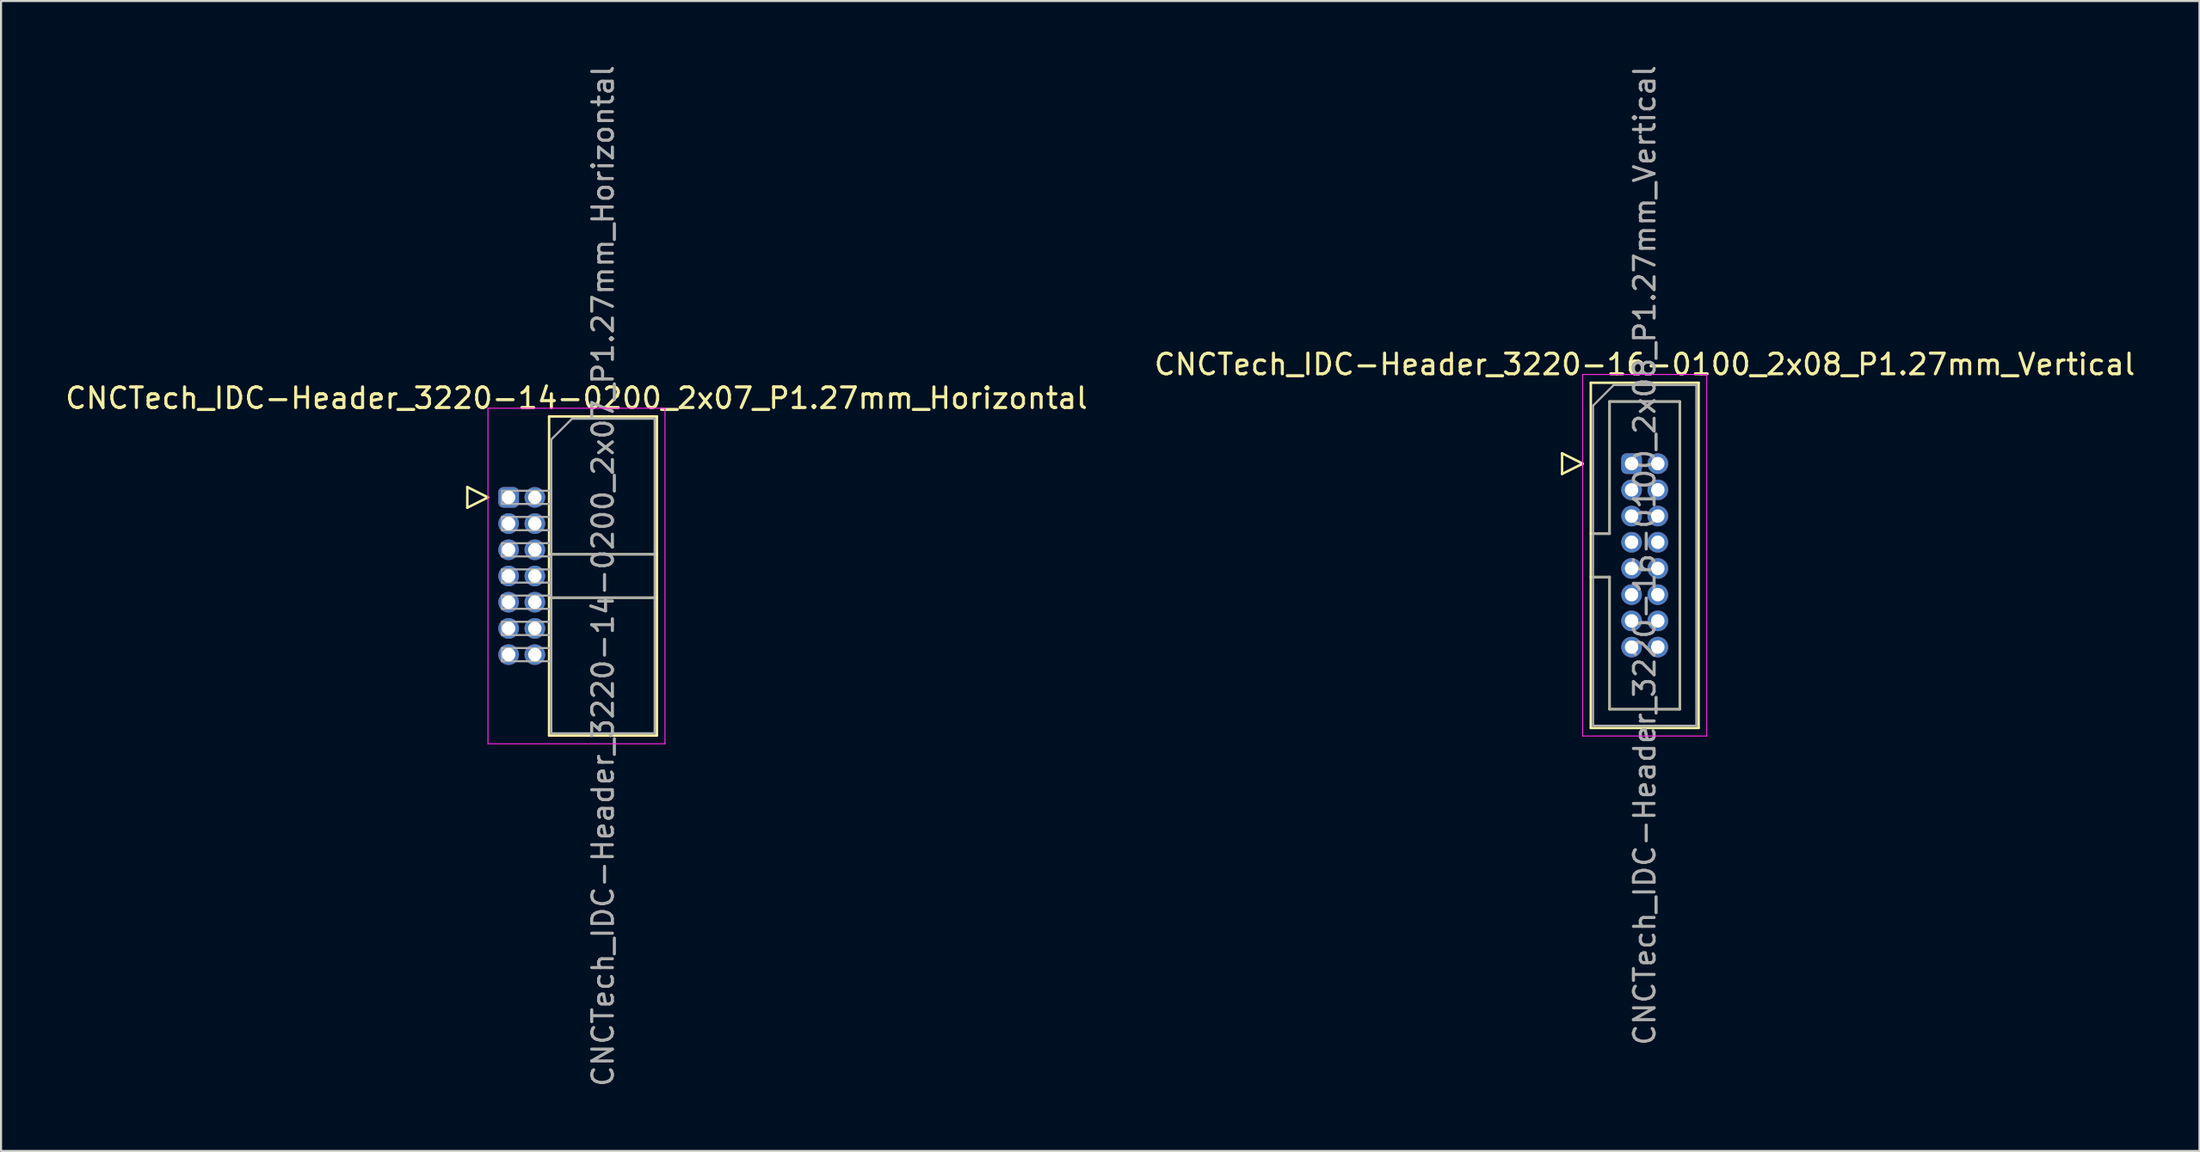
<source format=kicad_pcb>
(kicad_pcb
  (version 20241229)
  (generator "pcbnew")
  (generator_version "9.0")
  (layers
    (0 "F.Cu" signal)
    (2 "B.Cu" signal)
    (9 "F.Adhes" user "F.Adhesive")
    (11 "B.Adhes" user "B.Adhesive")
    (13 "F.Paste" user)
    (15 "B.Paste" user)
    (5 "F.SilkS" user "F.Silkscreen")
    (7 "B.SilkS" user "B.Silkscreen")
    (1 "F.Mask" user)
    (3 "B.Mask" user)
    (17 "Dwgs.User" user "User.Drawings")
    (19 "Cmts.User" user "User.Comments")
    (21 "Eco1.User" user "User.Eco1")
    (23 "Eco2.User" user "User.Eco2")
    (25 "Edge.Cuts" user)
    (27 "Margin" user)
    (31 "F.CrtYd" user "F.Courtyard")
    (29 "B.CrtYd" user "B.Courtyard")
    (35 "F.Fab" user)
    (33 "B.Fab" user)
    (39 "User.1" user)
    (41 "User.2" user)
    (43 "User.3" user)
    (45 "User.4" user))
  (footprint "CNCTech_IDC-Header_3220-16-0100_2x08_P1.27mm_Vertical"
    (layer "F.Cu")
    (at 75.954 19.418)
    (property "Reference" "CNCTech_IDC-Header_3220-16-0100_2x08_P1.27mm_Vertical" (at 0.635 -4.81 0) (layer "F.SilkS") (effects (font (size 1 1) (thickness 0.15))))
    (attr through_hole)
    (fp_line (start -3.365 -0.5) (end -3.365 0.5) (stroke (width 0.12) (type solid)) (layer "F.SilkS"))
    (fp_line (start -3.365 0.5) (end -2.365 0) (stroke (width 0.12) (type solid)) (layer "F.SilkS"))
    (fp_line (start -2.365 0) (end -3.365 -0.5) (stroke (width 0.12) (type solid)) (layer "F.SilkS"))
    (fp_line (start -1.975 -3.92) (end 3.245 -3.92) (stroke (width 0.12) (type solid)) (layer "F.SilkS"))
    (fp_line (start -1.975 3.395) (end -1.065 3.395) (stroke (width 0.12) (type solid)) (layer "F.SilkS"))
    (fp_line (start -1.975 12.81) (end -1.975 -3.92) (stroke (width 0.12) (type solid)) (layer "F.SilkS"))
    (fp_line (start -1.065 -3.01) (end 2.335 -3.01) (stroke (width 0.12) (type solid)) (layer "F.SilkS"))
    (fp_line (start -1.065 3.395) (end -1.065 -3.01) (stroke (width 0.12) (type solid)) (layer "F.SilkS"))
    (fp_line (start -1.065 5.495) (end -1.975 5.495) (stroke (width 0.12) (type solid)) (layer "F.SilkS"))
    (fp_line (start -1.065 5.495) (end -1.065 5.495) (stroke (width 0.12) (type solid)) (layer "F.SilkS"))
    (fp_line (start -1.065 11.9) (end -1.065 5.495) (stroke (width 0.12) (type solid)) (layer "F.SilkS"))
    (fp_line (start 2.335 -3.01) (end 2.335 11.9) (stroke (width 0.12) (type solid)) (layer "F.SilkS"))
    (fp_line (start 2.335 11.9) (end -1.065 11.9) (stroke (width 0.12) (type solid)) (layer "F.SilkS"))
    (fp_line (start 3.245 -3.92) (end 3.245 12.81) (stroke (width 0.12) (type solid)) (layer "F.SilkS"))
    (fp_line (start 3.245 12.81) (end -1.975 12.81) (stroke (width 0.12) (type solid)) (layer "F.SilkS"))
    (fp_line (start -2.37 -4.32) (end -2.37 13.2) (stroke (width 0.05) (type solid)) (layer "F.CrtYd"))
    (fp_line (start -2.37 13.2) (end 3.64 13.2) (stroke (width 0.05) (type solid)) (layer "F.CrtYd"))
    (fp_line (start 3.64 -4.32) (end -2.37 -4.32) (stroke (width 0.05) (type solid)) (layer "F.CrtYd"))
    (fp_line (start 3.64 13.2) (end 3.64 -4.32) (stroke (width 0.05) (type solid)) (layer "F.CrtYd"))
    (fp_line (start -1.865 -2.81) (end -0.865 -3.81) (stroke (width 0.1) (type solid)) (layer "F.Fab"))
    (fp_line (start -1.865 3.395) (end -1.065 3.395) (stroke (width 0.1) (type solid)) (layer "F.Fab"))
    (fp_line (start -1.865 12.7) (end -1.865 -2.81) (stroke (width 0.1) (type solid)) (layer "F.Fab"))
    (fp_line (start -1.065 -3.01) (end 2.335 -3.01) (stroke (width 0.1) (type solid)) (layer "F.Fab"))
    (fp_line (start -1.065 3.395) (end -1.065 -3.01) (stroke (width 0.1) (type solid)) (layer "F.Fab"))
    (fp_line (start -1.065 5.495) (end -1.865 5.495) (stroke (width 0.1) (type solid)) (layer "F.Fab"))
    (fp_line (start -1.065 5.495) (end -1.065 5.495) (stroke (width 0.1) (type solid)) (layer "F.Fab"))
    (fp_line (start -1.065 11.9) (end -1.065 5.495) (stroke (width 0.1) (type solid)) (layer "F.Fab"))
    (fp_line (start -0.865 -3.81) (end 3.135 -3.81) (stroke (width 0.1) (type solid)) (layer "F.Fab"))
    (fp_line (start 2.335 -3.01) (end 2.335 11.9) (stroke (width 0.1) (type solid)) (layer "F.Fab"))
    (fp_line (start 2.335 11.9) (end -1.065 11.9) (stroke (width 0.1) (type solid)) (layer "F.Fab"))
    (fp_line (start 3.135 -3.81) (end 3.135 12.7) (stroke (width 0.1) (type solid)) (layer "F.Fab"))
    (fp_line (start 3.135 12.7) (end -1.865 12.7) (stroke (width 0.1) (type solid)) (layer "F.Fab"))
    (fp_text user "${REFERENCE}" (at 0.635 4.445 90) (layer "F.Fab") (effects (font (size 1 1) (thickness 0.15))))
    (pad "1" thru_hole roundrect (at 0 0) (size 1 1) (drill 0.65) (layers "*.Cu" "*.Mask") (roundrect_rratio 0.25))
    (pad "2" thru_hole circle (at 1.27 0) (size 1 1) (drill 0.65) (layers "*.Cu" "*.Mask"))
    (pad "3" thru_hole circle (at 0 1.27) (size 1 1) (drill 0.65) (layers "*.Cu" "*.Mask"))
    (pad "4" thru_hole circle (at 1.27 1.27) (size 1 1) (drill 0.65) (layers "*.Cu" "*.Mask"))
    (pad "5" thru_hole circle (at 0 2.54) (size 1 1) (drill 0.65) (layers "*.Cu" "*.Mask"))
    (pad "6" thru_hole circle (at 1.27 2.54) (size 1 1) (drill 0.65) (layers "*.Cu" "*.Mask"))
    (pad "7" thru_hole circle (at 0 3.81) (size 1 1) (drill 0.65) (layers "*.Cu" "*.Mask"))
    (pad "8" thru_hole circle (at 1.27 3.81) (size 1 1) (drill 0.65) (layers "*.Cu" "*.Mask"))
    (pad "9" thru_hole circle (at 0 5.08) (size 1 1) (drill 0.65) (layers "*.Cu" "*.Mask"))
    (pad "10" thru_hole circle (at 1.27 5.08) (size 1 1) (drill 0.65) (layers "*.Cu" "*.Mask"))
    (pad "11" thru_hole circle (at 0 6.35) (size 1 1) (drill 0.65) (layers "*.Cu" "*.Mask"))
    (pad "12" thru_hole circle (at 1.27 6.35) (size 1 1) (drill 0.65) (layers "*.Cu" "*.Mask"))
    (pad "13" thru_hole circle (at 0 7.62) (size 1 1) (drill 0.65) (layers "*.Cu" "*.Mask"))
    (pad "14" thru_hole circle (at 1.27 7.62) (size 1 1) (drill 0.65) (layers "*.Cu" "*.Mask"))
    (pad "15" thru_hole circle (at 0 8.89) (size 1 1) (drill 0.65) (layers "*.Cu" "*.Mask"))
    (pad "16" thru_hole circle (at 1.27 8.89) (size 1 1) (drill 0.65) (layers "*.Cu" "*.Mask")))
  (footprint "CNCTech_IDC-Header_3220-14-0200_2x07_P1.27mm_Horizontal"
    (layer "F.Cu")
    (at 21.578 21.053)
    (property "Reference" "CNCTech_IDC-Header_3220-14-0200_2x07_P1.27mm_Horizontal" (at 3.285 -4.81 0) (layer "F.SilkS") (effects (font (size 1 1) (thickness 0.15))))
    (attr through_hole)
    (fp_line (start -2 -0.5) (end -2 0.5) (stroke (width 0.12) (type solid)) (layer "F.SilkS"))
    (fp_line (start -2 0.5) (end -1 0) (stroke (width 0.12) (type solid)) (layer "F.SilkS"))
    (fp_line (start -1 0) (end -2 -0.5) (stroke (width 0.12) (type solid)) (layer "F.SilkS"))
    (fp_line (start 1.96 -3.92) (end 7.18 -3.92) (stroke (width 0.12) (type solid)) (layer "F.SilkS"))
    (fp_line (start 1.96 2.76) (end 7.18 2.76) (stroke (width 0.12) (type solid)) (layer "F.SilkS"))
    (fp_line (start 1.96 4.86) (end 7.18 4.86) (stroke (width 0.12) (type solid)) (layer "F.SilkS"))
    (fp_line (start 1.96 11.54) (end 1.96 -3.92) (stroke (width 0.12) (type solid)) (layer "F.SilkS"))
    (fp_line (start 7.18 -3.92) (end 7.18 11.54) (stroke (width 0.12) (type solid)) (layer "F.SilkS"))
    (fp_line (start 7.18 11.54) (end 1.96 11.54) (stroke (width 0.12) (type solid)) (layer "F.SilkS"))
    (fp_line (start -1 -4.32) (end -1 11.94) (stroke (width 0.05) (type solid)) (layer "F.CrtYd"))
    (fp_line (start -1 11.94) (end 7.57 11.94) (stroke (width 0.05) (type solid)) (layer "F.CrtYd"))
    (fp_line (start 7.57 -4.32) (end -1 -4.32) (stroke (width 0.05) (type solid)) (layer "F.CrtYd"))
    (fp_line (start 7.57 11.94) (end 7.57 -4.32) (stroke (width 0.05) (type solid)) (layer "F.CrtYd"))
    (fp_line (start -0.32 -0.32) (end -0.32 0.32) (stroke (width 0.1) (type solid)) (layer "F.Fab"))
    (fp_line (start -0.32 0.32) (end 2.07 0.32) (stroke (width 0.1) (type solid)) (layer "F.Fab"))
    (fp_line (start -0.32 0.95) (end -0.32 1.59) (stroke (width 0.1) (type solid)) (layer "F.Fab"))
    (fp_line (start -0.32 1.59) (end 2.07 1.59) (stroke (width 0.1) (type solid)) (layer "F.Fab"))
    (fp_line (start -0.32 2.22) (end -0.32 2.86) (stroke (width 0.1) (type solid)) (layer "F.Fab"))
    (fp_line (start -0.32 2.86) (end 2.07 2.86) (stroke (width 0.1) (type solid)) (layer "F.Fab"))
    (fp_line (start -0.32 3.49) (end -0.32 4.13) (stroke (width 0.1) (type solid)) (layer "F.Fab"))
    (fp_line (start -0.32 4.13) (end 2.07 4.13) (stroke (width 0.1) (type solid)) (layer "F.Fab"))
    (fp_line (start -0.32 4.76) (end -0.32 5.4) (stroke (width 0.1) (type solid)) (layer "F.Fab"))
    (fp_line (start -0.32 5.4) (end 2.07 5.4) (stroke (width 0.1) (type solid)) (layer "F.Fab"))
    (fp_line (start -0.32 6.03) (end -0.32 6.67) (stroke (width 0.1) (type solid)) (layer "F.Fab"))
    (fp_line (start -0.32 6.67) (end 2.07 6.67) (stroke (width 0.1) (type solid)) (layer "F.Fab"))
    (fp_line (start -0.32 7.3) (end -0.32 7.94) (stroke (width 0.1) (type solid)) (layer "F.Fab"))
    (fp_line (start -0.32 7.94) (end 2.07 7.94) (stroke (width 0.1) (type solid)) (layer "F.Fab"))
    (fp_line (start 2.07 -2.81) (end 3.07 -3.81) (stroke (width 0.1) (type solid)) (layer "F.Fab"))
    (fp_line (start 2.07 -0.32) (end -0.32 -0.32) (stroke (width 0.1) (type solid)) (layer "F.Fab"))
    (fp_line (start 2.07 0.95) (end -0.32 0.95) (stroke (width 0.1) (type solid)) (layer "F.Fab"))
    (fp_line (start 2.07 2.22) (end -0.32 2.22) (stroke (width 0.1) (type solid)) (layer "F.Fab"))
    (fp_line (start 2.07 2.76) (end 7.07 2.76) (stroke (width 0.1) (type solid)) (layer "F.Fab"))
    (fp_line (start 2.07 3.49) (end -0.32 3.49) (stroke (width 0.1) (type solid)) (layer "F.Fab"))
    (fp_line (start 2.07 4.76) (end -0.32 4.76) (stroke (width 0.1) (type solid)) (layer "F.Fab"))
    (fp_line (start 2.07 4.86) (end 7.07 4.86) (stroke (width 0.1) (type solid)) (layer "F.Fab"))
    (fp_line (start 2.07 6.03) (end -0.32 6.03) (stroke (width 0.1) (type solid)) (layer "F.Fab"))
    (fp_line (start 2.07 7.3) (end -0.32 7.3) (stroke (width 0.1) (type solid)) (layer "F.Fab"))
    (fp_line (start 2.07 11.43) (end 2.07 -2.81) (stroke (width 0.1) (type solid)) (layer "F.Fab"))
    (fp_line (start 3.07 -3.81) (end 7.07 -3.81) (stroke (width 0.1) (type solid)) (layer "F.Fab"))
    (fp_line (start 7.07 -3.81) (end 7.07 11.43) (stroke (width 0.1) (type solid)) (layer "F.Fab"))
    (fp_line (start 7.07 11.43) (end 2.07 11.43) (stroke (width 0.1) (type solid)) (layer "F.Fab"))
    (fp_text user "${REFERENCE}" (at 4.57 3.81 90) (layer "F.Fab") (effects (font (size 1 1) (thickness 0.15))))
    (pad "1" thru_hole roundrect (at 0 0) (size 1 1) (drill 0.65) (layers "*.Cu" "*.Mask") (roundrect_rratio 0.25))
    (pad "2" thru_hole circle (at 1.27 0) (size 1 1) (drill 0.65) (layers "*.Cu" "*.Mask"))
    (pad "3" thru_hole circle (at 0 1.27) (size 1 1) (drill 0.65) (layers "*.Cu" "*.Mask"))
    (pad "4" thru_hole circle (at 1.27 1.27) (size 1 1) (drill 0.65) (layers "*.Cu" "*.Mask"))
    (pad "5" thru_hole circle (at 0 2.54) (size 1 1) (drill 0.65) (layers "*.Cu" "*.Mask"))
    (pad "6" thru_hole circle (at 1.27 2.54) (size 1 1) (drill 0.65) (layers "*.Cu" "*.Mask"))
    (pad "7" thru_hole circle (at 0 3.81) (size 1 1) (drill 0.65) (layers "*.Cu" "*.Mask"))
    (pad "8" thru_hole circle (at 1.27 3.81) (size 1 1) (drill 0.65) (layers "*.Cu" "*.Mask"))
    (pad "9" thru_hole circle (at 0 5.08) (size 1 1) (drill 0.65) (layers "*.Cu" "*.Mask"))
    (pad "10" thru_hole circle (at 1.27 5.08) (size 1 1) (drill 0.65) (layers "*.Cu" "*.Mask"))
    (pad "11" thru_hole circle (at 0 6.35) (size 1 1) (drill 0.65) (layers "*.Cu" "*.Mask"))
    (pad "12" thru_hole circle (at 1.27 6.35) (size 1 1) (drill 0.65) (layers "*.Cu" "*.Mask"))
    (pad "13" thru_hole circle (at 0 7.62) (size 1 1) (drill 0.65) (layers "*.Cu" "*.Mask"))
    (pad "14" thru_hole circle (at 1.27 7.62) (size 1 1) (drill 0.65) (layers "*.Cu" "*.Mask")))
  (gr_rect
    (start -3 -3)
    (end 103.452 52.726)
    (stroke (width 0.1) (type default))
    (fill no)
    (layer "Edge.Cuts")))
</source>
